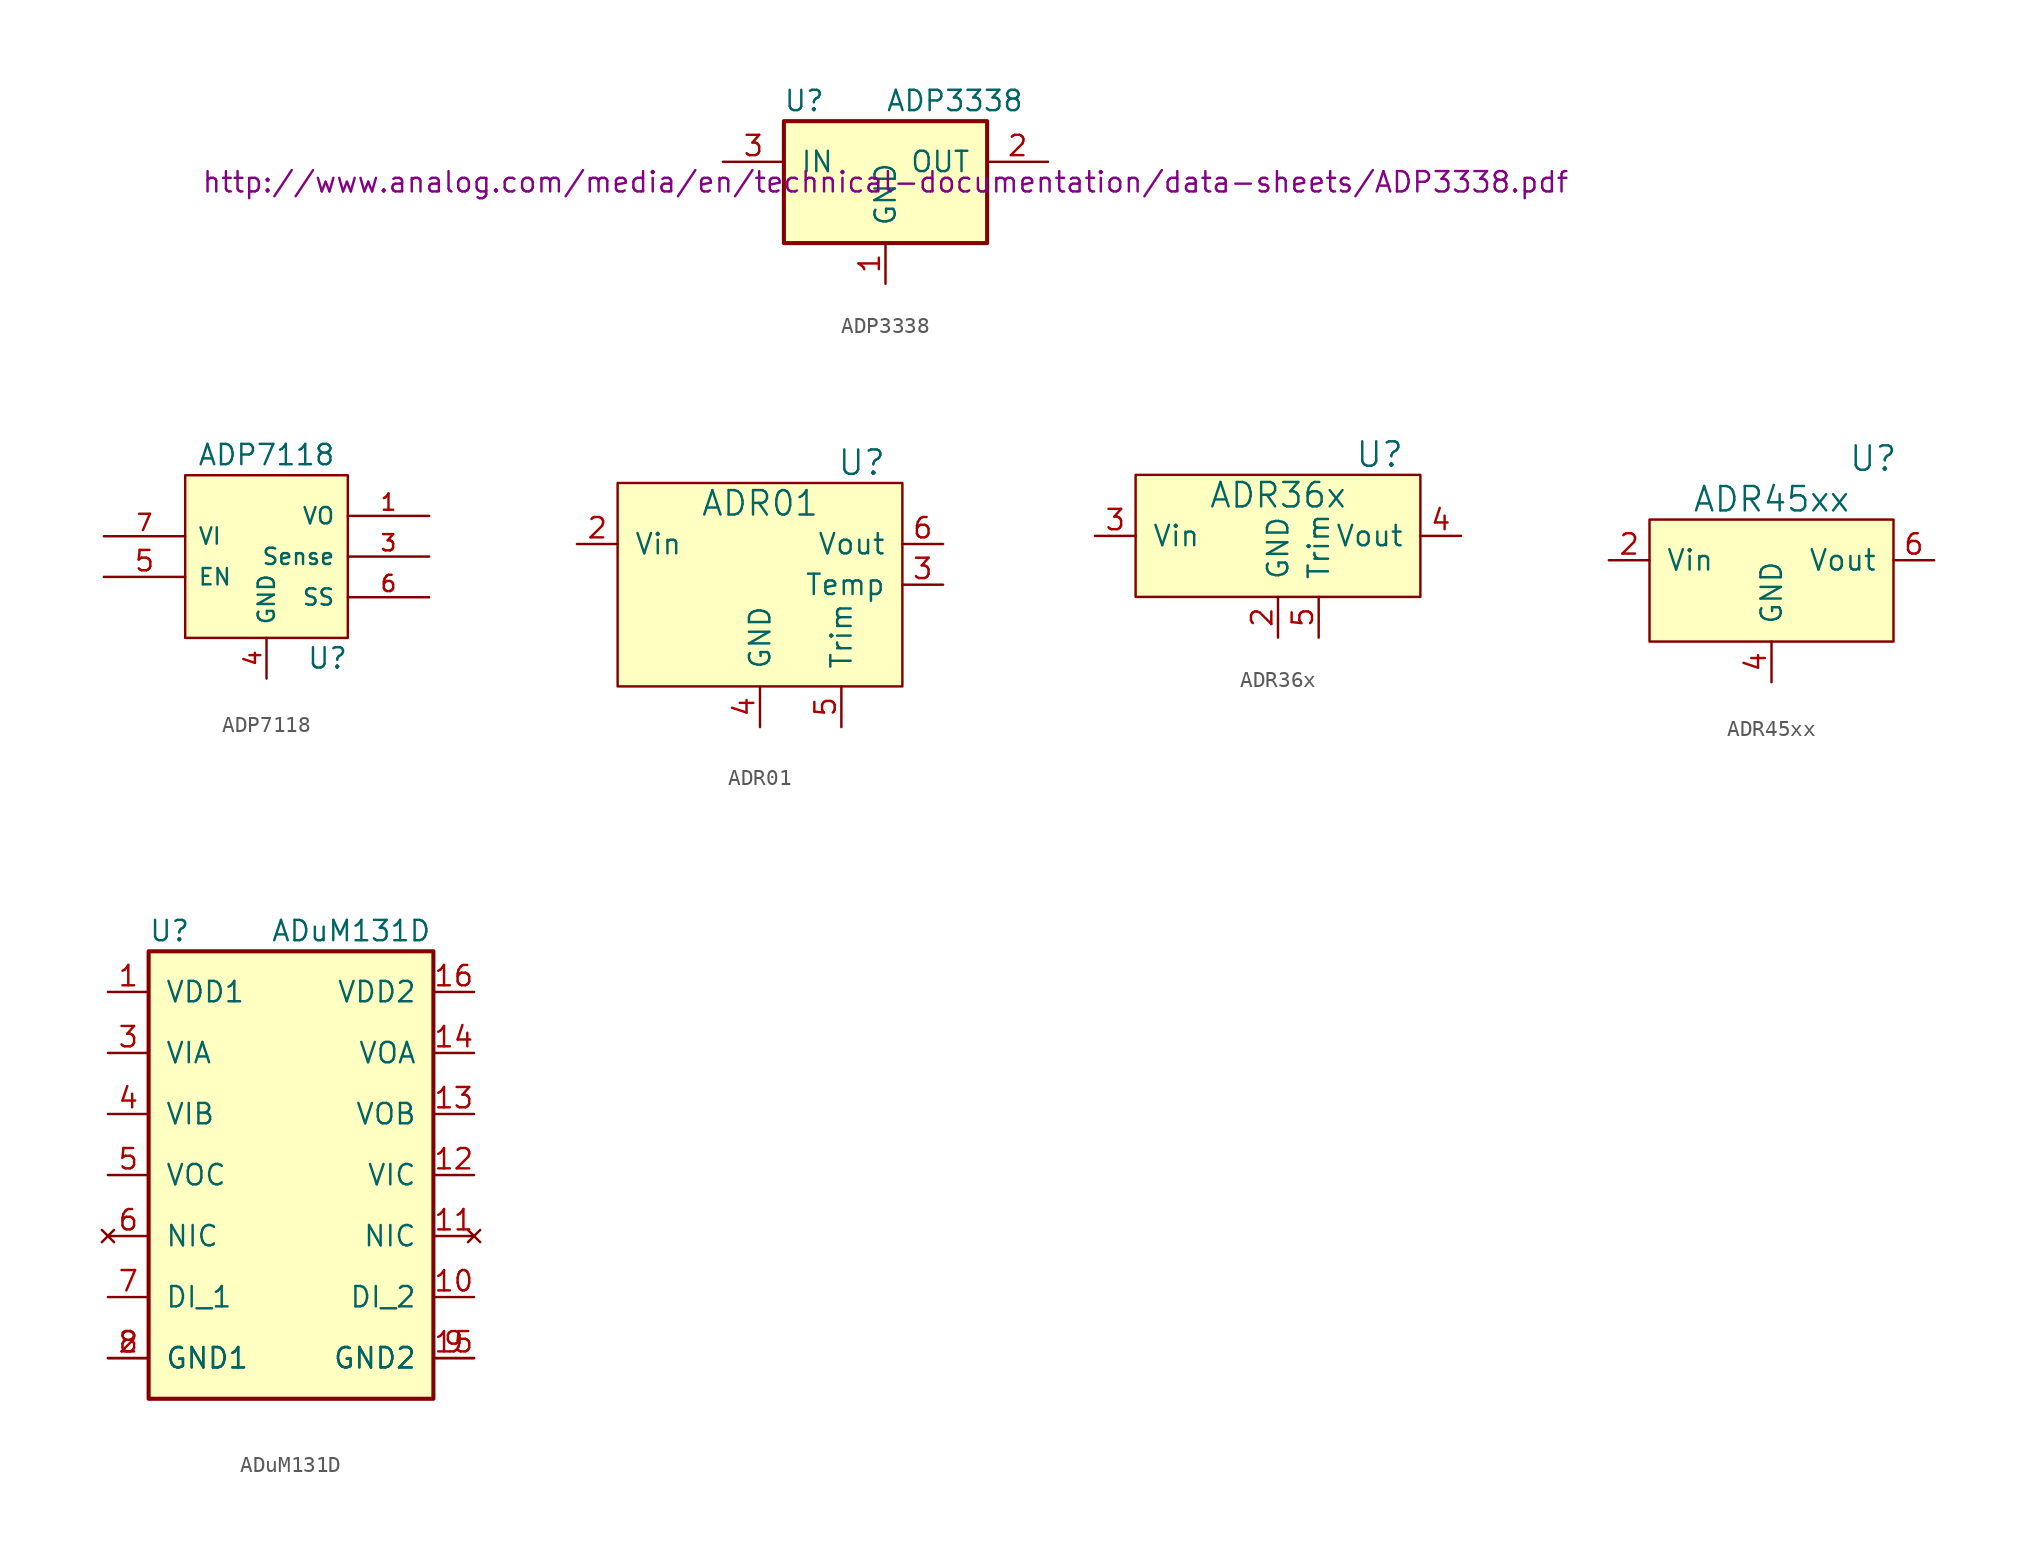
<source format=kicad_sym>
(kicad_symbol_lib
  (version 20231120)
  (generator "kicad_symbol_editor")
  (generator_version "8.0")
  (symbol "ADP3338"
    (pin_names
      (offset 1.016))
    (property "Reference" "U"
      (at -5.08 5.08 0)
      (effects (font (size 1.27 1.27))))
    (property "Value" "ADP3338"
      (at 0 5.08 0)
      (effects (font (size 1.27 1.27)) (justify left)))
    (property "Datasheet" "http://www.analog.com/media/en/technical-documentation/data-sheets/ADP3338.pdf"
      (at 0 0 0)
      (effects (font (size 1.27 1.27))))
    (symbol "ADP3338_0_1"
      (rectangle (start -6.35 3.81) (end 6.35 -3.81) (stroke (width 0.254) (type solid)) (fill (type background))))
    (symbol "ADP3338_1_1"
      (pin power_in line (at 0 -6.35 90) (length 2.54) (name "GND" (effects (font (size 1.27 1.27)))) (number "1" (effects (font (size 1.27 1.27)))))
      (pin power_out line (at 10.16 1.27 180) (length 3.81) (name "OUT" (effects (font (size 1.27 1.27)))) (number "2" (effects (font (size 1.27 1.27)))))
      (pin power_in line (at -10.16 1.27 0) (length 3.81) (name "IN" (effects (font (size 1.27 1.27)))) (number "3" (effects (font (size 1.27 1.27)))))))
  (symbol "ADP7118"
    (pin_names
      (offset 0.762))
    (property "Reference" "U"
      (at 3.81 -6.35 0)
      (effects (font (size 1.27 1.27))))
    (property "Value" "ADP7118"
      (at 0 6.35 0)
      (effects (font (size 1.27 1.27))))
    (property "Footprint" ""
      (at 0 0 0)
      (effects (font (size 1.27 1.27))))
    (property "Datasheet" ""
      (at 0 0 0)
      (effects (font (size 1.27 1.27))))
    (symbol "ADP7118_0_1"
      (rectangle (start -5.08 -5.08) (end 5.08 5.08) (stroke (width 0) (type solid)) (fill (type background))))
    (symbol "ADP7118_1_1"
      (pin power_out line (at 10.16 2.54 180) (length 5.08) (name "VO" (effects (font (size 1.016 1.016)))) (number "1" (effects (font (size 1.016 1.016)))))
      (pin passive line (at 10.16 2.54 180) (length 5.08) hide (name "VO" (effects (font (size 1.016 1.016)))) (number "2" (effects (font (size 1.016 1.016)))))
      (pin input line (at 10.16 0 180) (length 5.08) (name "Sense" (effects (font (size 1.016 1.016)))) (number "3" (effects (font (size 1.016 1.016)))))
      (pin power_in line (at 0 -7.62 90) (length 2.54) (name "GND" (effects (font (size 1.016 1.016)))) (number "4" (effects (font (size 1.016 1.016)))))
      (pin input line (at -10.16 -1.27 0) (length 5.08) (name "EN" (effects (font (size 1.016 1.016)))) (number "5" (effects (font (size 1.27 1.27)))))
      (pin input line (at 10.16 -2.54 180) (length 5.08) (name "SS" (effects (font (size 1.016 1.016)))) (number "6" (effects (font (size 1.016 1.016)))))
      (pin power_in line (at -10.16 1.27 0) (length 5.08) (name "VI" (effects (font (size 1.016 1.016)))) (number "7" (effects (font (size 1.016 1.016)))))
      (pin passive line (at -10.16 1.27 0) (length 5.08) hide (name "VI" (effects (font (size 1.016 1.016)))) (number "8" (effects (font (size 1.016 1.016)))))
      (pin passive line (at 0 -7.62 90) (length 2.54) hide (name "PAD" (effects (font (size 1.016 1.016)))) (number "9" (effects (font (size 1.016 1.016)))))))
  (symbol "ADR01"
    (pin_names
      (offset 1.016))
    (property "Reference" "U"
      (at 6.35 5.08 0)
      (effects (font (size 1.524 1.524))))
    (property "Value" "ADR01"
      (at 0 2.54 0)
      (effects (font (size 1.524 1.524))))
    (symbol "ADR01_0_1"
      (rectangle (start -8.89 3.81) (end 8.89 -8.89) (stroke (width 0) (type solid)) (fill (type background))))
    (symbol "ADR01_1_1"
      (pin power_in line (at -11.43 0 0) (length 2.54) (name "Vin" (effects (font (size 1.27 1.27)))) (number "2" (effects (font (size 1.27 1.27)))))
      (pin output line (at 11.43 -2.54 180) (length 2.54) (name "Temp" (effects (font (size 1.27 1.27)))) (number "3" (effects (font (size 1.27 1.27)))))
      (pin power_in line (at 0 -11.43 90) (length 2.54) (name "GND" (effects (font (size 1.27 1.27)))) (number "4" (effects (font (size 1.27 1.27)))))
      (pin input line (at 5.08 -11.43 90) (length 2.54) (name "Trim" (effects (font (size 1.27 1.27)))) (number "5" (effects (font (size 1.27 1.27)))))
      (pin output line (at 11.43 0 180) (length 2.54) (name "Vout" (effects (font (size 1.27 1.27)))) (number "6" (effects (font (size 1.27 1.27)))))))
  (symbol "ADR36x"
    (pin_names
      (offset 1.016))
    (property "Reference" "U"
      (at 6.35 5.08 0)
      (effects (font (size 1.524 1.524))))
    (property "Value" "ADR36x"
      (at 0 2.54 0)
      (effects (font (size 1.524 1.524))))
    (symbol "ADR36x_0_1"
      (rectangle (start -8.89 3.81) (end 8.89 -3.81) (stroke (width 0) (type solid)) (fill (type background))))
    (symbol "ADR36x_1_1"
      (pin power_in line (at 0 -6.35 90) (length 2.54) (name "GND" (effects (font (size 1.27 1.27)))) (number "2" (effects (font (size 1.27 1.27)))))
      (pin power_in line (at -11.43 0 0) (length 2.54) (name "Vin" (effects (font (size 1.27 1.27)))) (number "3" (effects (font (size 1.27 1.27)))))
      (pin output line (at 11.43 0 180) (length 2.54) (name "Vout" (effects (font (size 1.27 1.27)))) (number "4" (effects (font (size 1.27 1.27)))))
      (pin passive line (at 2.54 -6.35 90) (length 2.54) (name "Trim" (effects (font (size 1.27 1.27)))) (number "5" (effects (font (size 1.27 1.27)))))))
  (symbol "ADR45xx"
    (pin_names
      (offset 1.016))
    (property "Reference" "U"
      (at 6.35 6.35 0)
      (effects (font (size 1.524 1.524))))
    (property "Value" "ADR45xx"
      (at 0 3.81 0)
      (effects (font (size 1.524 1.524))))
    (symbol "ADR45xx_0_1"
      (rectangle (start -7.62 2.54) (end 7.62 -5.08) (stroke (width 0) (type solid)) (fill (type background))))
    (symbol "ADR45xx_1_1"
      (pin power_in line (at -10.16 0 0) (length 2.54) (name "Vin" (effects (font (size 1.27 1.27)))) (number "2" (effects (font (size 1.27 1.27)))))
      (pin power_in line (at 0 -7.62 90) (length 2.54) (name "GND" (effects (font (size 1.27 1.27)))) (number "4" (effects (font (size 1.27 1.27)))))
      (pin output line (at 10.16 0 180) (length 2.54) (name "Vout" (effects (font (size 1.27 1.27)))) (number "6" (effects (font (size 1.27 1.27)))))))
  (symbol "ADuM131D"
    (pin_names
      (offset 1.016))
    (property "Reference" "U"
      (at -8.89 15.24 0)
      (effects (font (size 1.27 1.27)) (justify left)))
    (property "Value" "ADuM131D"
      (at -1.27 15.24 0)
      (effects (font (size 1.27 1.27)) (justify left)))
    (symbol "ADuM131D_0_1"
      (rectangle (start -8.89 13.97) (end 8.89 -13.97) (stroke (width 0.254) (type solid)) (fill (type background))))
    (symbol "ADuM131D_1_1"
      (pin power_in line (at -11.43 11.43 0) (length 2.54) (name "VDD1" (effects (font (size 1.27 1.27)))) (number "1" (effects (font (size 1.27 1.27)))))
      (pin input line (at 11.43 -7.62 180) (length 2.54) (name "DI_2" (effects (font (size 1.27 1.27)))) (number "10" (effects (font (size 1.27 1.27)))))
      (pin no_connect line (at 11.43 -3.81 180) (length 2.54) (name "NIC" (effects (font (size 1.27 1.27)))) (number "11" (effects (font (size 1.27 1.27)))))
      (pin input line (at 11.43 0 180) (length 2.54) (name "VIC" (effects (font (size 1.27 1.27)))) (number "12" (effects (font (size 1.27 1.27)))))
      (pin output line (at 11.43 3.81 180) (length 2.54) (name "VOB" (effects (font (size 1.27 1.27)))) (number "13" (effects (font (size 1.27 1.27)))))
      (pin output line (at 11.43 7.62 180) (length 2.54) (name "VOA" (effects (font (size 1.27 1.27)))) (number "14" (effects (font (size 1.27 1.27)))))
      (pin power_in line (at 11.43 -11.43 180) (length 2.54) (name "GND2" (effects (font (size 1.27 1.27)))) (number "15" (effects (font (size 1.27 1.27)))))
      (pin power_in line (at 11.43 11.43 180) (length 2.54) (name "VDD2" (effects (font (size 1.27 1.27)))) (number "16" (effects (font (size 1.27 1.27)))))
      (pin power_in line (at -11.43 -11.43 0) (length 2.54) (name "GND1" (effects (font (size 1.27 1.27)))) (number "2" (effects (font (size 1.27 1.27)))))
      (pin input line (at -11.43 7.62 0) (length 2.54) (name "VIA" (effects (font (size 1.27 1.27)))) (number "3" (effects (font (size 1.27 1.27)))))
      (pin input line (at -11.43 3.81 0) (length 2.54) (name "VIB" (effects (font (size 1.27 1.27)))) (number "4" (effects (font (size 1.27 1.27)))))
      (pin output line (at -11.43 0 0) (length 2.54) (name "VOC" (effects (font (size 1.27 1.27)))) (number "5" (effects (font (size 1.27 1.27)))))
      (pin no_connect line (at -11.43 -3.81 0) (length 2.54) (name "NIC" (effects (font (size 1.27 1.27)))) (number "6" (effects (font (size 1.27 1.27)))))
      (pin input line (at -11.43 -7.62 0) (length 2.54) (name "DI_1" (effects (font (size 1.27 1.27)))) (number "7" (effects (font (size 1.27 1.27)))))
      (pin power_in line (at -11.43 -11.43 0) (length 2.54) (name "GND1" (effects (font (size 1.27 1.27)))) (number "8" (effects (font (size 1.27 1.27)))))
      (pin power_in line (at 11.43 -11.43 180) (length 2.54) (name "GND2" (effects (font (size 1.27 1.27)))) (number "9" (effects (font (size 1.27 1.27))))))))
</source>
